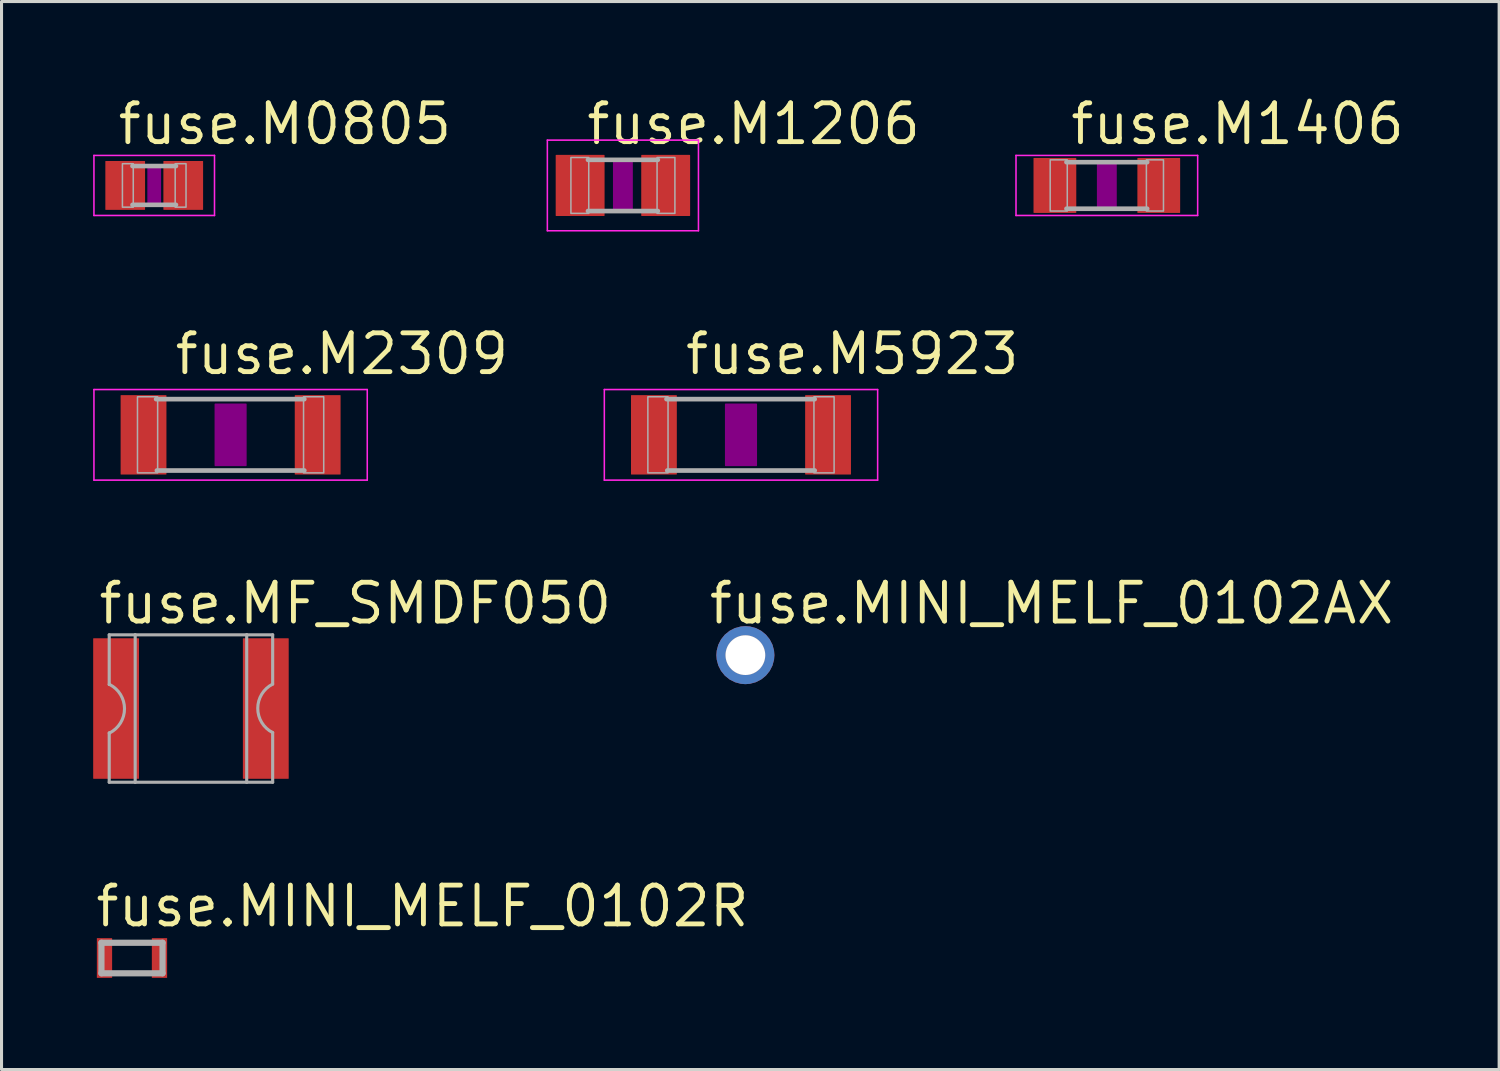
<source format=kicad_pcb>
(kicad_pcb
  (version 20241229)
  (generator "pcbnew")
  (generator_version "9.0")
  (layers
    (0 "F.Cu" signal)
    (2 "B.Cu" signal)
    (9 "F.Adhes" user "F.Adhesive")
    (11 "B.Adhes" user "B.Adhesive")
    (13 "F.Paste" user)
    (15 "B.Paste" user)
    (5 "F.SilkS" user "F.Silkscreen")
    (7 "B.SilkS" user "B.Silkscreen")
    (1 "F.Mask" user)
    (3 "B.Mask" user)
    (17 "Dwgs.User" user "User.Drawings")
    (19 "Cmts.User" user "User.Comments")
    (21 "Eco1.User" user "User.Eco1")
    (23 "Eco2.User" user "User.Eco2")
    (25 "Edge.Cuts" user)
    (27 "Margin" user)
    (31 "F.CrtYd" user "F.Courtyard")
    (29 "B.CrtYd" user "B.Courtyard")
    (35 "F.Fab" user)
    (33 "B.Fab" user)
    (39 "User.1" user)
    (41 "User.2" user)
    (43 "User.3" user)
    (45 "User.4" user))
  (footprint "fuse.M5923"
    (layer "F.Cu")
    (at 21.204 11.183)
    (property "Reference" "fuse.M5923" (at -1.905 -1.905 0) (layer "F.SilkS") (effects (font (size 1.27 1.27) (thickness 0.16)) (justify left bottom)))
    (attr smd)
    (fp_rect (start -0.5 1) (end 0.5 -1) (stroke (width 0.05) (type default)) (fill yes) (layer "F.Adhes"))
    (fp_line (start -4.473 -1.483) (end 4.473 -1.483) (stroke (width 0.051) (type default)) (layer "F.CrtYd"))
    (fp_line (start -4.473 1.483) (end -4.473 -1.483) (stroke (width 0.051) (type default)) (layer "F.CrtYd"))
    (fp_line (start 4.473 -1.483) (end 4.473 1.483) (stroke (width 0.051) (type default)) (layer "F.CrtYd"))
    (fp_line (start 4.473 1.483) (end -4.473 1.483) (stroke (width 0.051) (type default)) (layer "F.CrtYd"))
    (fp_line (start 2.413 -1.168) (end -2.438 -1.168) (stroke (width 0.152) (type default)) (layer "F.Fab"))
    (fp_line (start 2.413 1.168) (end -2.413 1.168) (stroke (width 0.152) (type default)) (layer "F.Fab"))
    (fp_rect (start -3.048 1.245) (end -2.388 -1.245) (stroke (width 0.05) (type default)) (fill no) (layer "F.Fab"))
    (fp_rect (start 2.388 1.245) (end 3.048 -1.245) (stroke (width 0.05) (type default)) (fill no) (layer "F.Fab"))
    (pad "1" smd roundrect (at -2.85 0) (size 1.5 2.6) (layers "F.Cu" "F.Mask" "F.Paste") (roundrect_rratio 0.01))
    (pad "2" smd roundrect (at 2.85 0) (size 1.5 2.6) (layers "F.Cu" "F.Mask" "F.Paste") (roundrect_rratio 0.01)))
  (footprint "fuse.MINI_MELF_0102AX"
    (layer "F.Cu")
    (at 21.348 18.394)
    (property "Reference" "fuse.MINI_MELF_0102AX" (at -1.27 -0.953 0) (layer "F.SilkS") (effects (font (size 1.27 1.27) (thickness 0.16)) (justify left bottom)))
    (attr smd)
    (fp_circle (center 0 0) (end 0.6 0) (stroke (width 0.1) (type default)) (fill no) (layer "B.Fab"))
    (fp_circle (center 0 0) (end 0.6 0) (stroke (width 0.1) (type default)) (fill no) (layer "F.Fab"))
    (pad "" np_thru_hole circle (at 0 0) (size 1.3 1.3) (drill 1.3) (layers "*.Cu" "*.Mask"))
    (pad "1" smd roundrect (at 0 0) (size 1.9 1.9) (layers "F.Cu" "F.Mask" "F.Paste") (roundrect_rratio 0.5))
    (pad "2" smd roundrect (at 0 0) (size 1.9 1.9) (layers "B.Cu" "B.Mask" "B.Paste") (roundrect_rratio 0.5)))
  (footprint "fuse.M0805"
    (layer "F.Cu")
    (at 1.998 3.02)
    (property "Reference" "fuse.M0805" (at -1.27 -1.27 0) (layer "F.SilkS") (effects (font (size 1.27 1.27) (thickness 0.16)) (justify left bottom)))
    (attr smd)
    (fp_rect (start -0.2 0.6) (end 0.2 -0.6) (stroke (width 0.05) (type default)) (fill yes) (layer "F.Adhes"))
    (fp_line (start -1.973 -0.983) (end 1.973 -0.983) (stroke (width 0.051) (type default)) (layer "F.CrtYd"))
    (fp_line (start -1.973 0.983) (end -1.973 -0.983) (stroke (width 0.051) (type default)) (layer "F.CrtYd"))
    (fp_line (start 1.973 -0.983) (end 1.973 0.983) (stroke (width 0.051) (type default)) (layer "F.CrtYd"))
    (fp_line (start 1.973 0.983) (end -1.973 0.983) (stroke (width 0.051) (type default)) (layer "F.CrtYd"))
    (fp_line (start 0.711 -0.635) (end -0.711 -0.635) (stroke (width 0.152) (type default)) (layer "F.Fab"))
    (fp_line (start 0.711 0.635) (end -0.711 0.635) (stroke (width 0.152) (type default)) (layer "F.Fab"))
    (fp_rect (start -1.041 0.711) (end -0.686 -0.711) (stroke (width 0.05) (type default)) (fill no) (layer "F.Fab"))
    (fp_rect (start 0.686 0.711) (end 1.041 -0.711) (stroke (width 0.05) (type default)) (fill no) (layer "F.Fab"))
    (pad "1" smd roundrect (at -0.95 0) (size 1.3 1.6) (layers "F.Cu" "F.Mask" "F.Paste") (roundrect_rratio 0.01))
    (pad "2" smd roundrect (at 0.95 0) (size 1.3 1.6) (layers "F.Cu" "F.Mask" "F.Paste") (roundrect_rratio 0.01)))
  (footprint "fuse.M1406"
    (layer "F.Cu")
    (at 33.179 3.02)
    (property "Reference" "fuse.M1406" (at -1.27 -1.27 0) (layer "F.SilkS") (effects (font (size 1.27 1.27) (thickness 0.16)) (justify left bottom)))
    (attr smd)
    (fp_rect (start -0.3 0.7) (end 0.3 -0.7) (stroke (width 0.05) (type default)) (fill yes) (layer "F.Adhes"))
    (fp_line (start -2.973 -0.983) (end 2.973 -0.983) (stroke (width 0.051) (type default)) (layer "F.CrtYd"))
    (fp_line (start -2.973 0.983) (end -2.973 -0.983) (stroke (width 0.051) (type default)) (layer "F.CrtYd"))
    (fp_line (start 2.973 -0.983) (end 2.973 0.983) (stroke (width 0.051) (type default)) (layer "F.CrtYd"))
    (fp_line (start 2.973 0.983) (end -2.973 0.983) (stroke (width 0.051) (type default)) (layer "F.CrtYd"))
    (fp_line (start 1.321 -0.762) (end -1.321 -0.762) (stroke (width 0.152) (type default)) (layer "F.Fab"))
    (fp_line (start 1.321 0.762) (end -1.321 0.762) (stroke (width 0.152) (type default)) (layer "F.Fab"))
    (fp_rect (start -1.854 0.838) (end -1.295 -0.838) (stroke (width 0.05) (type default)) (fill no) (layer "F.Fab"))
    (fp_rect (start 1.295 0.838) (end 1.854 -0.838) (stroke (width 0.05) (type default)) (fill no) (layer "F.Fab"))
    (pad "1" smd roundrect (at -1.7 0) (size 1.4 1.8) (layers "F.Cu" "F.Mask" "F.Paste") (roundrect_rratio 0.01))
    (pad "2" smd roundrect (at 1.7 0) (size 1.4 1.8) (layers "F.Cu" "F.Mask" "F.Paste") (roundrect_rratio 0.01)))
  (footprint "fuse.MINI_MELF_0102R"
    (layer "F.Cu")
    (at 1.27 28.308)
    (property "Reference" "fuse.MINI_MELF_0102R" (at -1.27 -0.953 0) (layer "F.SilkS") (effects (font (size 1.27 1.27) (thickness 0.16)) (justify left bottom)))
    (attr smd)
    (fp_line (start -1 -0.5) (end -1 0.5) (stroke (width 0.203) (type default)) (layer "F.Fab"))
    (fp_line (start -1 0.5) (end 1 0.5) (stroke (width 0.203) (type default)) (layer "F.Fab"))
    (fp_line (start 1 -0.5) (end -1 -0.5) (stroke (width 0.203) (type default)) (layer "F.Fab"))
    (fp_line (start 1 0.5) (end 1 -0.5) (stroke (width 0.203) (type default)) (layer "F.Fab"))
    (pad "1" smd roundrect (at -0.9 0) (size 0.5 1.3) (layers "F.Cu" "F.Mask" "F.Paste") (roundrect_rratio 0.01))
    (pad "2" smd roundrect (at 0.9 0) (size 0.5 1.3) (layers "F.Cu" "F.Mask" "F.Paste") (roundrect_rratio 0.01)))
  (footprint "fuse.M1206"
    (layer "F.Cu")
    (at 17.339 3.02)
    (property "Reference" "fuse.M1206" (at -1.27 -1.27 0) (layer "F.SilkS") (effects (font (size 1.27 1.27) (thickness 0.16)) (justify left bottom)))
    (attr smd)
    (fp_rect (start -0.3 0.8) (end 0.3 -0.8) (stroke (width 0.05) (type default)) (fill yes) (layer "F.Adhes"))
    (fp_line (start -2.473 -1.483) (end 2.473 -1.483) (stroke (width 0.051) (type default)) (layer "F.CrtYd"))
    (fp_line (start -2.473 1.483) (end -2.473 -1.483) (stroke (width 0.051) (type default)) (layer "F.CrtYd"))
    (fp_line (start 2.473 -1.483) (end 2.473 1.483) (stroke (width 0.051) (type default)) (layer "F.CrtYd"))
    (fp_line (start 2.473 1.483) (end -2.473 1.483) (stroke (width 0.051) (type default)) (layer "F.CrtYd"))
    (fp_line (start 1.143 -0.838) (end -1.143 -0.838) (stroke (width 0.152) (type default)) (layer "F.Fab"))
    (fp_line (start 1.143 0.838) (end -1.143 0.838) (stroke (width 0.152) (type default)) (layer "F.Fab"))
    (fp_rect (start -1.702 0.914) (end -1.118 -0.914) (stroke (width 0.05) (type default)) (fill no) (layer "F.Fab"))
    (fp_rect (start 1.118 0.914) (end 1.702 -0.914) (stroke (width 0.05) (type default)) (fill no) (layer "F.Fab"))
    (pad "1" smd roundrect (at -1.4 0) (size 1.6 2) (layers "F.Cu" "F.Mask" "F.Paste") (roundrect_rratio 0.01))
    (pad "2" smd roundrect (at 1.4 0) (size 1.6 2) (layers "F.Cu" "F.Mask" "F.Paste") (roundrect_rratio 0.01)))
  (footprint "fuse.M2309"
    (layer "F.Cu")
    (at 4.498 11.183)
    (property "Reference" "fuse.M2309" (at -1.905 -1.905 0) (layer "F.SilkS") (effects (font (size 1.27 1.27) (thickness 0.16)) (justify left bottom)))
    (attr smd)
    (fp_rect (start -0.5 1) (end 0.5 -1) (stroke (width 0.05) (type default)) (fill yes) (layer "F.Adhes"))
    (fp_line (start -4.473 -1.483) (end 4.473 -1.483) (stroke (width 0.051) (type default)) (layer "F.CrtYd"))
    (fp_line (start -4.473 1.483) (end -4.473 -1.483) (stroke (width 0.051) (type default)) (layer "F.CrtYd"))
    (fp_line (start 4.473 -1.483) (end 4.473 1.483) (stroke (width 0.051) (type default)) (layer "F.CrtYd"))
    (fp_line (start 4.473 1.483) (end -4.473 1.483) (stroke (width 0.051) (type default)) (layer "F.CrtYd"))
    (fp_line (start 2.413 -1.168) (end -2.438 -1.168) (stroke (width 0.152) (type default)) (layer "F.Fab"))
    (fp_line (start 2.413 1.168) (end -2.413 1.168) (stroke (width 0.152) (type default)) (layer "F.Fab"))
    (fp_rect (start -3.048 1.245) (end -2.388 -1.245) (stroke (width 0.05) (type default)) (fill no) (layer "F.Fab"))
    (fp_rect (start 2.388 1.245) (end 3.048 -1.245) (stroke (width 0.05) (type default)) (fill no) (layer "F.Fab"))
    (pad "1" smd roundrect (at -2.85 0) (size 1.5 2.6) (layers "F.Cu" "F.Mask" "F.Paste") (roundrect_rratio 0.01))
    (pad "2" smd roundrect (at 2.85 0) (size 1.5 2.6) (layers "F.Cu" "F.Mask" "F.Paste") (roundrect_rratio 0.01)))
  (footprint "fuse.MF_SMDF050"
    (layer "F.Cu")
    (at 3.2 20.142)
    (property "Reference" "fuse.MF_SMDF050" (at -3.1 -2.7 0) (layer "F.SilkS") (effects (font (size 1.27 1.27) (thickness 0.16)) (justify left bottom)))
    (attr smd)
    (fp_line (start -2.675 -2.413) (end -1.825 -2.413) (stroke (width 0.102) (type default)) (layer "F.Fab"))
    (fp_line (start -2.675 -0.787) (end -2.675 -2.413) (stroke (width 0.102) (type default)) (layer "F.Fab"))
    (fp_line (start -2.675 0.8) (end -2.663 0.8) (stroke (width 0.102) (type default)) (layer "F.Fab"))
    (fp_line (start -2.675 2.413) (end -2.675 0.8) (stroke (width 0.102) (type default)) (layer "F.Fab"))
    (fp_line (start -2.663 -0.787) (end -2.675 -0.787) (stroke (width 0.102) (type default)) (layer "F.Fab"))
    (fp_line (start -1.825 -2.413) (end 1.825 -2.413) (stroke (width 0.102) (type default)) (layer "F.Fab"))
    (fp_line (start -1.825 2.413) (end -2.675 2.413) (stroke (width 0.102) (type default)) (layer "F.Fab"))
    (fp_line (start -1.825 2.413) (end -1.825 -2.413) (stroke (width 0.102) (type default)) (layer "F.Fab"))
    (fp_line (start 1.825 -2.413) (end 1.825 2.413) (stroke (width 0.102) (type default)) (layer "F.Fab"))
    (fp_line (start 1.825 -2.413) (end 2.675 -2.413) (stroke (width 0.102) (type default)) (layer "F.Fab"))
    (fp_line (start 1.825 2.413) (end -1.825 2.413) (stroke (width 0.102) (type default)) (layer "F.Fab"))
    (fp_line (start 2.675 -2.413) (end 2.675 -0.8) (stroke (width 0.102) (type default)) (layer "F.Fab"))
    (fp_line (start 2.675 0.787) (end 2.675 2.413) (stroke (width 0.102) (type default)) (layer "F.Fab"))
    (fp_line (start 2.675 2.413) (end 1.825 2.413) (stroke (width 0.102) (type default)) (layer "F.Fab"))
    (fp_arc (start -2.6625 -0.7875) (mid -2.174452 0.00625) (end -2.6625 0.8) (stroke (width 0.1016) (type default)) (layer "F.Fab"))
    (fp_arc (start 2.675 0.7875) (mid 2.186952 -0.00625) (end 2.675 -0.8) (stroke (width 0.1016) (type default)) (layer "F.Fab"))
    (pad "1" smd roundrect (at -2.45 0) (size 1.5 4.6) (layers "F.Cu" "F.Mask" "F.Paste") (roundrect_rratio 0.01))
    (pad "2" smd roundrect (at 2.45 0) (size 1.5 4.6) (layers "F.Cu" "F.Mask" "F.Paste") (roundrect_rratio 0.01)))
  (gr_rect
    (start -3 -3)
    (end 46.02 31.958)
    (stroke (width 0.1) (type default))
    (fill no)
    (layer "Edge.Cuts")))
</source>
